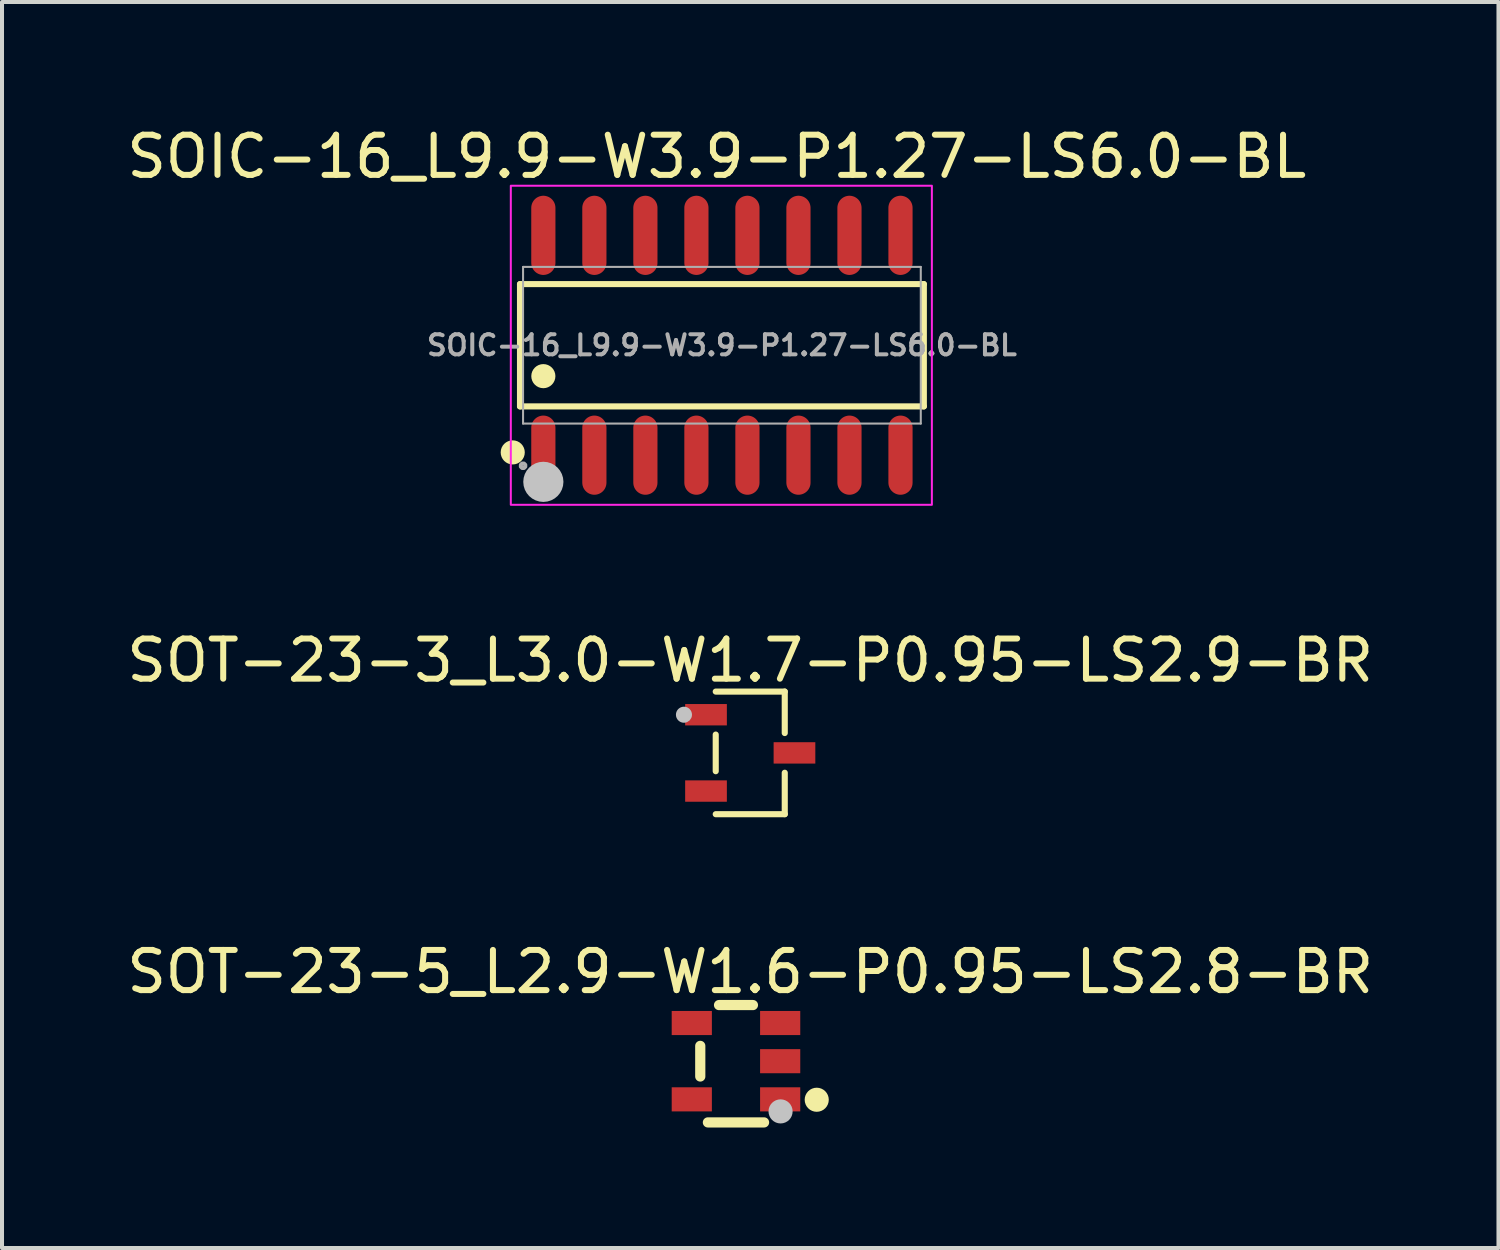
<source format=kicad_pcb>
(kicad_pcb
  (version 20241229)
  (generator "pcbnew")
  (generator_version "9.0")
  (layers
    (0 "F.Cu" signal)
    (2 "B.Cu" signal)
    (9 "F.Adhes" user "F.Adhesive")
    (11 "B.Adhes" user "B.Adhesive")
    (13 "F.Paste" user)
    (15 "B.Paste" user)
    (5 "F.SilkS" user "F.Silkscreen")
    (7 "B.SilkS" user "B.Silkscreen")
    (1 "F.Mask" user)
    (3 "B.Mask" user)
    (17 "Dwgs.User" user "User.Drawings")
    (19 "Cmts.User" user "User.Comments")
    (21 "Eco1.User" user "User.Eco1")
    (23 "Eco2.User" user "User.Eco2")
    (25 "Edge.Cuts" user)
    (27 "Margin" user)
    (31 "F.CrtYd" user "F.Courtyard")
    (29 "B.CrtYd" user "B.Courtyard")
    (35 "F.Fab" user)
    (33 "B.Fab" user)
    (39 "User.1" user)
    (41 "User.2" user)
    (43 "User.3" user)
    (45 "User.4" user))
  (footprint "SOIC-16_L9.9-W3.9-P1.27-LS6.0-BL"
    (layer "F.Cu")
    (at 14.92 5.544)
    (property "Reference" "SOIC-16_L9.9-W3.9-P1.27-LS6.0-BL" (at -0.128 -4.696 0) (layer "F.SilkS") (effects (font (size 1 1) (thickness 0.15))))
    (fp_line (start -5.026 -1.522) (end 5.026 -1.522) (stroke (width 0.152) (type default)) (layer "F.SilkS"))
    (fp_line (start -5.026 1.522) (end -5.026 -1.522) (stroke (width 0.152) (type default)) (layer "F.SilkS"))
    (fp_line (start 5.026 -1.522) (end 5.026 1.522) (stroke (width 0.152) (type default)) (layer "F.SilkS"))
    (fp_line (start 5.026 1.522) (end -5.026 1.522) (stroke (width 0.152) (type default)) (layer "F.SilkS"))
    (fp_circle (center -5.207 2.667) (end -5.057 2.667) (stroke (width 0.3) (type default)) (fill no) (layer "F.SilkS"))
    (fp_circle (center -4.445 0.769) (end -4.295 0.769) (stroke (width 0.3) (type default)) (fill no) (layer "F.SilkS"))
    (fp_circle (center -4.445 3.4) (end -4.195 3.4) (stroke (width 0.5) (type default)) (fill no) (layer "Dwgs.User"))
    (fp_rect (start -5.255 -3.971) (end 5.226 3.971) (stroke (width 0.05) (type default)) (fill no) (layer "F.CrtYd"))
    (fp_line (start -4.95 -1.95) (end 4.95 -1.95) (stroke (width 0.051) (type default)) (layer "F.Fab"))
    (fp_line (start -4.95 1.95) (end -4.95 -1.95) (stroke (width 0.051) (type default)) (layer "F.Fab"))
    (fp_line (start 4.95 -1.95) (end 4.95 1.95) (stroke (width 0.051) (type default)) (layer "F.Fab"))
    (fp_line (start 4.95 1.95) (end -4.95 1.95) (stroke (width 0.051) (type default)) (layer "F.Fab"))
    (fp_poly (pts (xy -4.895 2.977) (xy -4.927 2.945) (xy -4.973 2.945) (xy -5.005 2.977) (xy -5.005 3.023) (xy -4.973 3.055) (xy -4.927 3.055) (xy -4.895 3.023)) (stroke (width 0.1) (type default)) (fill no) (layer "F.Fab"))
    (fp_poly (pts (xy -4.66 -3) (xy -4.66 -2.3) (xy -4.23 -2.3) (xy -4.23 -3)) (stroke (width 0.1) (type default)) (fill no) (layer "User.1"))
    (fp_poly (pts (xy -4.66 -2.31) (xy -4.66 -1.94) (xy -4.23 -1.94) (xy -4.23 -2.31)) (stroke (width 0.1) (type default)) (fill no) (layer "User.1"))
    (fp_poly (pts (xy -4.66 2.31) (xy -4.66 1.94) (xy -4.23 1.94) (xy -4.23 2.31)) (stroke (width 0.1) (type default)) (fill no) (layer "User.1"))
    (fp_poly (pts (xy -4.66 3) (xy -4.66 2.3) (xy -4.23 2.3) (xy -4.23 3)) (stroke (width 0.1) (type default)) (fill no) (layer "User.1"))
    (fp_poly (pts (xy -3.39 -3) (xy -3.39 -2.3) (xy -2.96 -2.3) (xy -2.96 -3)) (stroke (width 0.1) (type default)) (fill no) (layer "User.1"))
    (fp_poly (pts (xy -3.39 -2.31) (xy -3.39 -1.94) (xy -2.96 -1.94) (xy -2.96 -2.31)) (stroke (width 0.1) (type default)) (fill no) (layer "User.1"))
    (fp_poly (pts (xy -3.39 2.31) (xy -3.39 1.94) (xy -2.96 1.94) (xy -2.96 2.31)) (stroke (width 0.1) (type default)) (fill no) (layer "User.1"))
    (fp_poly (pts (xy -3.39 3) (xy -3.39 2.3) (xy -2.96 2.3) (xy -2.96 3)) (stroke (width 0.1) (type default)) (fill no) (layer "User.1"))
    (fp_poly (pts (xy -2.12 -3) (xy -2.12 -2.3) (xy -1.69 -2.3) (xy -1.69 -3)) (stroke (width 0.1) (type default)) (fill no) (layer "User.1"))
    (fp_poly (pts (xy -2.12 -2.31) (xy -2.12 -1.94) (xy -1.69 -1.94) (xy -1.69 -2.31)) (stroke (width 0.1) (type default)) (fill no) (layer "User.1"))
    (fp_poly (pts (xy -2.12 2.31) (xy -2.12 1.94) (xy -1.69 1.94) (xy -1.69 2.31)) (stroke (width 0.1) (type default)) (fill no) (layer "User.1"))
    (fp_poly (pts (xy -2.12 3) (xy -2.12 2.3) (xy -1.69 2.3) (xy -1.69 3)) (stroke (width 0.1) (type default)) (fill no) (layer "User.1"))
    (fp_poly (pts (xy -0.85 -3) (xy -0.85 -2.3) (xy -0.42 -2.3) (xy -0.42 -3)) (stroke (width 0.1) (type default)) (fill no) (layer "User.1"))
    (fp_poly (pts (xy -0.85 -2.31) (xy -0.85 -1.94) (xy -0.42 -1.94) (xy -0.42 -2.31)) (stroke (width 0.1) (type default)) (fill no) (layer "User.1"))
    (fp_poly (pts (xy -0.85 2.31) (xy -0.85 1.94) (xy -0.42 1.94) (xy -0.42 2.31)) (stroke (width 0.1) (type default)) (fill no) (layer "User.1"))
    (fp_poly (pts (xy -0.85 3) (xy -0.85 2.3) (xy -0.42 2.3) (xy -0.42 3)) (stroke (width 0.1) (type default)) (fill no) (layer "User.1"))
    (fp_poly (pts (xy 0.42 -3) (xy 0.42 -2.3) (xy 0.85 -2.3) (xy 0.85 -3)) (stroke (width 0.1) (type default)) (fill no) (layer "User.1"))
    (fp_poly (pts (xy 0.42 -2.31) (xy 0.42 -1.94) (xy 0.85 -1.94) (xy 0.85 -2.31)) (stroke (width 0.1) (type default)) (fill no) (layer "User.1"))
    (fp_poly (pts (xy 0.42 2.31) (xy 0.42 1.94) (xy 0.85 1.94) (xy 0.85 2.31)) (stroke (width 0.1) (type default)) (fill no) (layer "User.1"))
    (fp_poly (pts (xy 0.42 3) (xy 0.42 2.3) (xy 0.85 2.3) (xy 0.85 3)) (stroke (width 0.1) (type default)) (fill no) (layer "User.1"))
    (fp_poly (pts (xy 1.69 -3) (xy 1.69 -2.3) (xy 2.12 -2.3) (xy 2.12 -3)) (stroke (width 0.1) (type default)) (fill no) (layer "User.1"))
    (fp_poly (pts (xy 1.69 -2.31) (xy 1.69 -1.94) (xy 2.12 -1.94) (xy 2.12 -2.31)) (stroke (width 0.1) (type default)) (fill no) (layer "User.1"))
    (fp_poly (pts (xy 1.69 2.31) (xy 1.69 1.94) (xy 2.12 1.94) (xy 2.12 2.31)) (stroke (width 0.1) (type default)) (fill no) (layer "User.1"))
    (fp_poly (pts (xy 1.69 3) (xy 1.69 2.3) (xy 2.12 2.3) (xy 2.12 3)) (stroke (width 0.1) (type default)) (fill no) (layer "User.1"))
    (fp_poly (pts (xy 2.96 -3) (xy 2.96 -2.3) (xy 3.39 -2.3) (xy 3.39 -3)) (stroke (width 0.1) (type default)) (fill no) (layer "User.1"))
    (fp_poly (pts (xy 2.96 -2.31) (xy 2.96 -1.94) (xy 3.39 -1.94) (xy 3.39 -2.31)) (stroke (width 0.1) (type default)) (fill no) (layer "User.1"))
    (fp_poly (pts (xy 2.96 2.31) (xy 2.96 1.94) (xy 3.39 1.94) (xy 3.39 2.31)) (stroke (width 0.1) (type default)) (fill no) (layer "User.1"))
    (fp_poly (pts (xy 2.96 3) (xy 2.96 2.3) (xy 3.39 2.3) (xy 3.39 3)) (stroke (width 0.1) (type default)) (fill no) (layer "User.1"))
    (fp_poly (pts (xy 4.23 -3) (xy 4.23 -2.3) (xy 4.66 -2.3) (xy 4.66 -3)) (stroke (width 0.1) (type default)) (fill no) (layer "User.1"))
    (fp_poly (pts (xy 4.23 -2.31) (xy 4.23 -1.94) (xy 4.66 -1.94) (xy 4.66 -2.31)) (stroke (width 0.1) (type default)) (fill no) (layer "User.1"))
    (fp_poly (pts (xy 4.23 2.31) (xy 4.23 1.94) (xy 4.66 1.94) (xy 4.66 2.31)) (stroke (width 0.1) (type default)) (fill no) (layer "User.1"))
    (fp_poly (pts (xy 4.23 3) (xy 4.23 2.3) (xy 4.66 2.3) (xy 4.66 3)) (stroke (width 0.1) (type default)) (fill no) (layer "User.1"))
    (fp_text user "${REFERENCE}" (at 0 0 0) (layer "F.Fab") (effects (font (size 0.5 0.5) (thickness 0.1))))
    (pad "1" smd oval (at -4.445 2.736) (size 0.602 1.971) (layers "F.Cu" "F.Mask" "F.Paste"))
    (pad "2" smd oval (at -3.175 2.736) (size 0.602 1.971) (layers "F.Cu" "F.Mask" "F.Paste"))
    (pad "3" smd oval (at -1.905 2.736) (size 0.602 1.971) (layers "F.Cu" "F.Mask" "F.Paste"))
    (pad "4" smd oval (at -0.635 2.736) (size 0.602 1.971) (layers "F.Cu" "F.Mask" "F.Paste"))
    (pad "5" smd oval (at 0.635 2.736) (size 0.602 1.971) (layers "F.Cu" "F.Mask" "F.Paste"))
    (pad "6" smd oval (at 1.905 2.736) (size 0.602 1.971) (layers "F.Cu" "F.Mask" "F.Paste"))
    (pad "7" smd oval (at 3.175 2.736) (size 0.602 1.971) (layers "F.Cu" "F.Mask" "F.Paste"))
    (pad "8" smd oval (at 4.445 2.736) (size 0.602 1.971) (layers "F.Cu" "F.Mask" "F.Paste"))
    (pad "9" smd oval (at 4.445 -2.736) (size 0.602 1.971) (layers "F.Cu" "F.Mask" "F.Paste"))
    (pad "10" smd oval (at 3.175 -2.736) (size 0.602 1.971) (layers "F.Cu" "F.Mask" "F.Paste"))
    (pad "11" smd oval (at 1.905 -2.736) (size 0.602 1.971) (layers "F.Cu" "F.Mask" "F.Paste"))
    (pad "12" smd oval (at 0.635 -2.736) (size 0.602 1.971) (layers "F.Cu" "F.Mask" "F.Paste"))
    (pad "13" smd oval (at -0.635 -2.736) (size 0.602 1.971) (layers "F.Cu" "F.Mask" "F.Paste"))
    (pad "14" smd oval (at -1.905 -2.736) (size 0.602 1.971) (layers "F.Cu" "F.Mask" "F.Paste"))
    (pad "15" smd oval (at -3.175 -2.736) (size 0.602 1.971) (layers "F.Cu" "F.Mask" "F.Paste"))
    (pad "16" smd oval (at -4.445 -2.736) (size 0.602 1.971) (layers "F.Cu" "F.Mask" "F.Paste")))
  (footprint "SOT-23-3_L3.0-W1.7-P0.95-LS2.9-BR"
    (layer "F.Cu")
    (at 15.625 15.691)
    (property "Reference" "SOT-23-3_L3.0-W1.7-P0.95-LS2.9-BR" (at 0 -2.302 0) (layer "F.SilkS") (effects (font (size 1 1) (thickness 0.15))))
    (fp_line (start -0.859 -1.526) (end 0.859 -1.526) (stroke (width 0.152) (type default)) (layer "F.SilkS"))
    (fp_line (start -0.859 0.456) (end -0.859 -0.456) (stroke (width 0.152) (type default)) (layer "F.SilkS"))
    (fp_line (start -0.859 1.526) (end 0.859 1.526) (stroke (width 0.152) (type default)) (layer "F.SilkS"))
    (fp_line (start 0.859 -1.526) (end 0.859 -0.494) (stroke (width 0.152) (type default)) (layer "F.SilkS"))
    (fp_line (start 0.859 1.526) (end 0.859 0.494) (stroke (width 0.152) (type default)) (layer "F.SilkS"))
    (fp_circle (center -1.65 -0.95) (end -1.75 -0.95) (stroke (width 0.2) (type default)) (fill no) (layer "Dwgs.User"))
    (fp_rect (start -1.425 -1.137) (end -1 -0.762) (stroke (width 0.1) (type default)) (fill no) (layer "User.1"))
    (fp_rect (start -1.425 0.762) (end -1 1.137) (stroke (width 0.1) (type default)) (fill no) (layer "User.1"))
    (fp_rect (start -1.01 -1.137) (end -0.815 -0.762) (stroke (width 0.1) (type default)) (fill no) (layer "User.1"))
    (fp_rect (start -1.01 0.762) (end -0.815 1.137) (stroke (width 0.1) (type default)) (fill no) (layer "User.1"))
    (fp_rect (start 0.815 -0.188) (end 1.01 0.188) (stroke (width 0.1) (type default)) (fill no) (layer "User.1"))
    (fp_rect (start 1 -0.188) (end 1.425 0.188) (stroke (width 0.1) (type default)) (fill no) (layer "User.1"))
    (fp_line (start -0.85 -1.5) (end 0.85 -1.5) (stroke (width 0.051) (type default)) (layer "User.2"))
    (fp_line (start -0.85 -1.5) (end 0.85 -1.5) (stroke (width 0.051) (type default)) (layer "User.2"))
    (fp_line (start -0.85 1.5) (end -0.85 -1.5) (stroke (width 0.051) (type default)) (layer "User.2"))
    (fp_line (start 0.85 -1.5) (end 0.85 1.5) (stroke (width 0.051) (type default)) (layer "User.2"))
    (fp_poly (pts (xy -1.48 -1.477) (xy -1.448 -1.445) (xy -1.402 -1.445) (xy -1.37 -1.477) (xy -1.37 -1.523) (xy -1.402 -1.555) (xy -1.448 -1.555) (xy -1.48 -1.523)) (stroke (width 0.1) (type default)) (fill no) (layer "User.3"))
    (pad "1" smd rect (at -1.101 -0.95 180) (size 1.038 0.532) (layers "F.Cu" "F.Mask" "F.Paste"))
    (pad "2" smd rect (at -1.101 0.95 180) (size 1.038 0.532) (layers "F.Cu" "F.Mask" "F.Paste"))
    (pad "3" smd rect (at 1.101 0 180) (size 1.038 0.532) (layers "F.Cu" "F.Mask" "F.Paste")))
  (footprint "SOT-23-5_L2.9-W1.6-P0.95-LS2.8-BR"
    (layer "F.Cu")
    (at 15.27 23.365)
    (property "Reference" "SOT-23-5_L2.9-W1.6-P0.95-LS2.8-BR" (at 0.355 -2.224 0) (layer "F.SilkS") (effects (font (size 1 1) (thickness 0.15))))
    (fp_line (start -0.889 0.381) (end -0.889 -0.381) (stroke (width 0.254) (type default)) (layer "F.SilkS"))
    (fp_line (start -0.699 1.524) (end 0.699 1.524) (stroke (width 0.254) (type default)) (layer "F.SilkS"))
    (fp_line (start -0.422 -1.397) (end 0.422 -1.397) (stroke (width 0.254) (type default)) (layer "F.SilkS"))
    (fp_circle (center 2.01 0.96) (end 2.16 0.96) (stroke (width 0.3) (type default)) (fill no) (layer "F.SilkS"))
    (fp_circle (center 1.11 1.25) (end 1.26 1.25) (stroke (width 0.3) (type default)) (fill no) (layer "Dwgs.User"))
    (fp_poly (pts (xy -0.95 -0.75) (xy -1.4 -0.75) (xy -1.4 -1.15) (xy -0.95 -1.15)) (stroke (width 0.1) (type default)) (fill no) (layer "User.1"))
    (fp_poly (pts (xy -0.95 1.15) (xy -1.4 1.15) (xy -1.4 0.75) (xy -0.95 0.75)) (stroke (width 0.1) (type default)) (fill no) (layer "User.1"))
    (fp_poly (pts (xy -0.79 -0.75) (xy -0.96 -0.75) (xy -0.96 -1.15) (xy -0.79 -1.15)) (stroke (width 0.1) (type default)) (fill no) (layer "User.1"))
    (fp_poly (pts (xy -0.79 1.15) (xy -0.96 1.15) (xy -0.96 0.75) (xy -0.79 0.75)) (stroke (width 0.1) (type default)) (fill no) (layer "User.1"))
    (fp_poly (pts (xy 0.96 -0.75) (xy 0.79 -0.75) (xy 0.79 -1.15) (xy 0.96 -1.15)) (stroke (width 0.1) (type default)) (fill no) (layer "User.1"))
    (fp_poly (pts (xy 0.96 0.2) (xy 0.79 0.2) (xy 0.79 -0.2) (xy 0.96 -0.2)) (stroke (width 0.1) (type default)) (fill no) (layer "User.1"))
    (fp_poly (pts (xy 0.96 1.15) (xy 0.79 1.15) (xy 0.79 0.75) (xy 0.96 0.75)) (stroke (width 0.1) (type default)) (fill no) (layer "User.1"))
    (fp_poly (pts (xy 1.4 -0.75) (xy 0.95 -0.75) (xy 0.95 -1.15) (xy 1.4 -1.15)) (stroke (width 0.1) (type default)) (fill no) (layer "User.1"))
    (fp_poly (pts (xy 1.4 0.2) (xy 0.95 0.2) (xy 0.95 -0.2) (xy 1.4 -0.2)) (stroke (width 0.1) (type default)) (fill no) (layer "User.1"))
    (fp_poly (pts (xy 1.4 1.15) (xy 0.95 1.15) (xy 0.95 0.75) (xy 1.4 0.75)) (stroke (width 0.1) (type default)) (fill no) (layer "User.1"))
    (fp_line (start -0.8 -1.45) (end 0.8 -1.45) (stroke (width 0.051) (type default)) (layer "User.2"))
    (fp_line (start -0.8 1.45) (end -0.8 -1.45) (stroke (width 0.051) (type default)) (layer "User.2"))
    (fp_line (start 0.8 -1.45) (end 0.8 1.45) (stroke (width 0.051) (type default)) (layer "User.2"))
    (fp_line (start 0.8 1.45) (end -0.8 1.45) (stroke (width 0.051) (type default)) (layer "User.2"))
    (fp_poly (pts (xy 1.455 1.427) (xy 1.423 1.395) (xy 1.377 1.395) (xy 1.345 1.427) (xy 1.345 1.473) (xy 1.377 1.505) (xy 1.423 1.505) (xy 1.455 1.473)) (stroke (width 0.1) (type default)) (fill no) (layer "User.3"))
    (pad "1" smd rect (at 1.1 0.95 90) (size 0.6 1) (layers "F.Cu" "F.Mask" "F.Paste"))
    (pad "2" smd rect (at 1.1 0 90) (size 0.6 1) (layers "F.Cu" "F.Mask" "F.Paste"))
    (pad "3" smd rect (at 1.1 -0.95 90) (size 0.6 1) (layers "F.Cu" "F.Mask" "F.Paste"))
    (pad "4" smd rect (at -1.1 -0.95 90) (size 0.6 1) (layers "F.Cu" "F.Mask" "F.Paste"))
    (pad "5" smd rect (at -1.1 0.95 90) (size 0.6 1) (layers "F.Cu" "F.Mask" "F.Paste")))
  (gr_rect
    (start -3 -3)
    (end 34.25 28.016)
    (stroke (width 0.1) (type default))
    (fill no)
    (layer "Edge.Cuts")))
</source>
